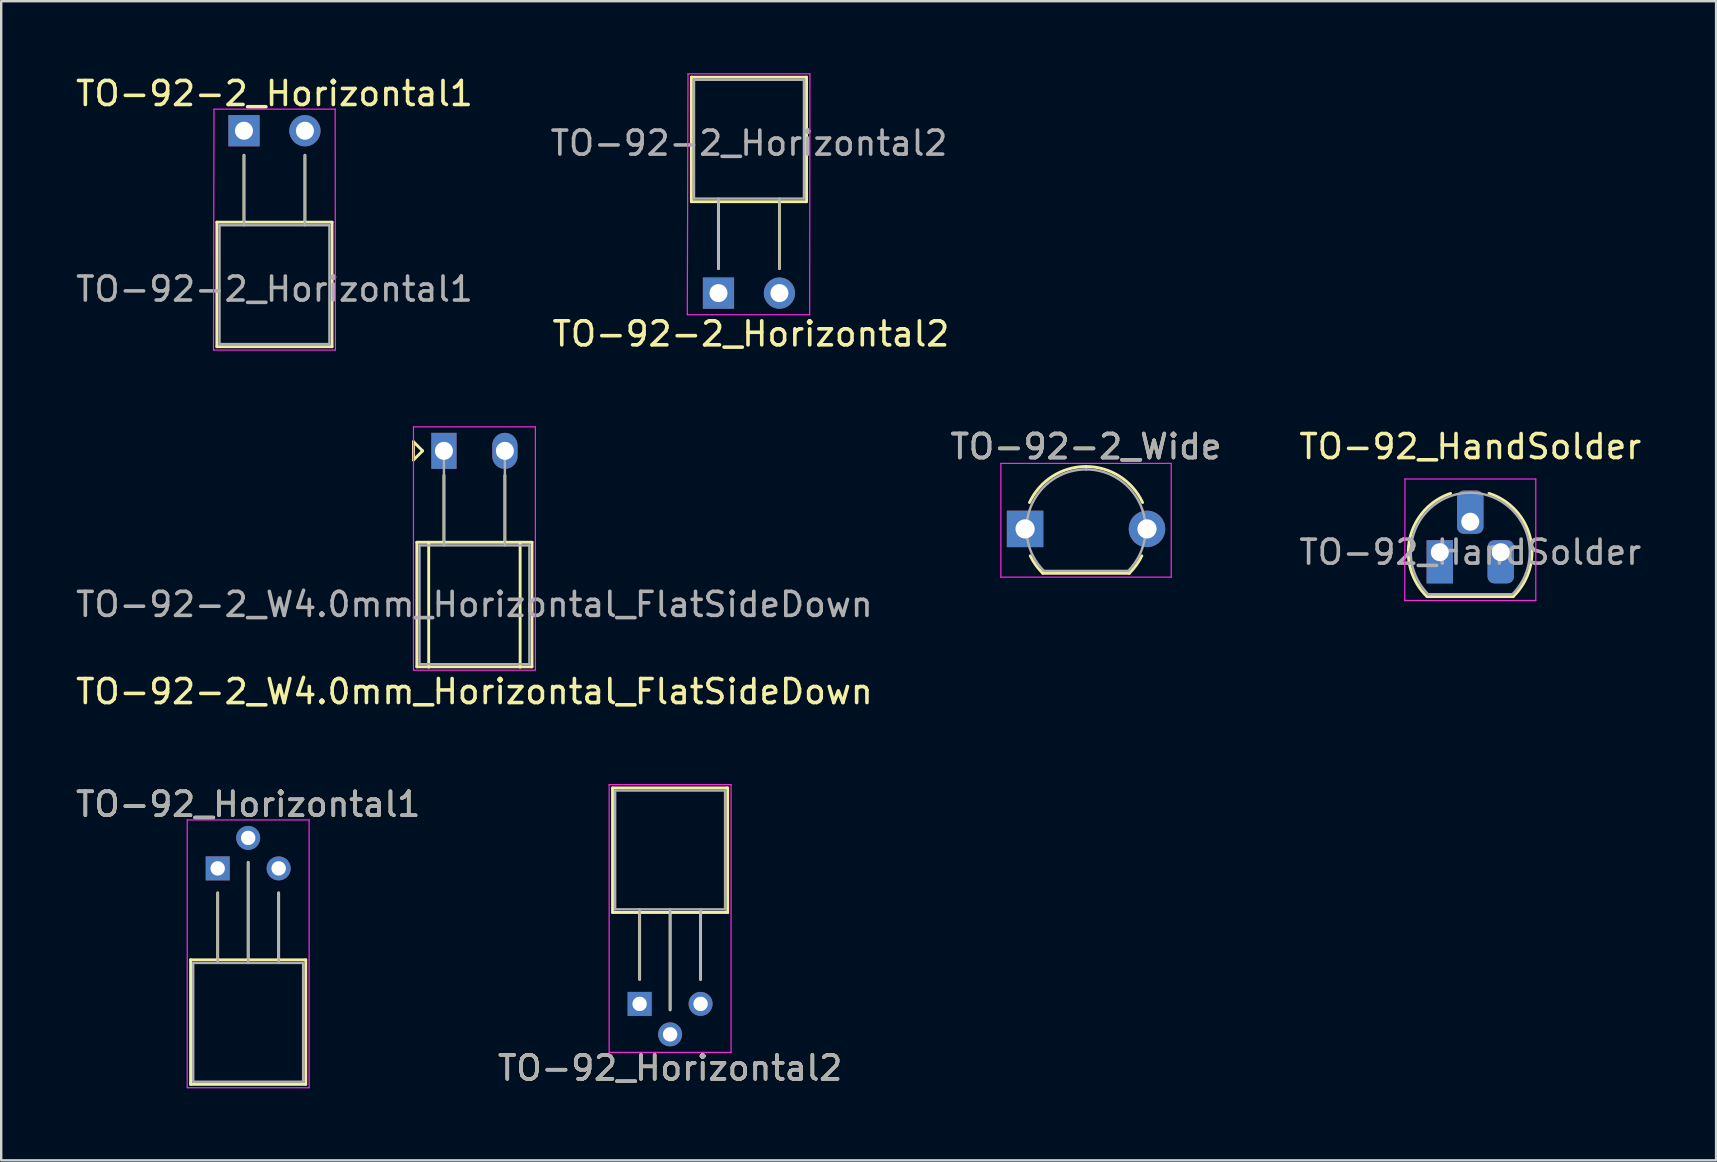
<source format=kicad_pcb>
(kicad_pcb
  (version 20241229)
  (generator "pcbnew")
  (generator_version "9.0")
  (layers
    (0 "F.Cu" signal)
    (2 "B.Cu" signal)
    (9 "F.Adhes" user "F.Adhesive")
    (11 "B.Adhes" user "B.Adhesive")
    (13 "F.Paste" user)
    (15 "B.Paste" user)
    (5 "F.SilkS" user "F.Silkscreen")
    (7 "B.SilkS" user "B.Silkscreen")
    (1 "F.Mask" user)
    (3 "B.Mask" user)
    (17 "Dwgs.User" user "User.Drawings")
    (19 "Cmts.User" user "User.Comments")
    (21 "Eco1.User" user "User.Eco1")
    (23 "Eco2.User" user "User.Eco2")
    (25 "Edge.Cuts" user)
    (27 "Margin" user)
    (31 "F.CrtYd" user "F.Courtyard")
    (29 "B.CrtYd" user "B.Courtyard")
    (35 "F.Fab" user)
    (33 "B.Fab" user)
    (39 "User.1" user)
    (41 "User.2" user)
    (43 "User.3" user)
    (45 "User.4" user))
  (footprint "TO-92-2_W4.0mm_Horizontal_FlatSideDown"
    (layer "F.Cu")
    (at 15.45 15.738)
    (property "Reference" "TO-92-2_W4.0mm_Horizontal_FlatSideDown" (at 1.27 10.033 0) (layer "F.SilkS") (effects (font (size 1 1) (thickness 0.15))))
    (attr through_hole)
    (fp_line (start -1.27 -0.381) (end -1.27 0.381) (stroke (width 0.12) (type solid)) (layer "F.SilkS"))
    (fp_line (start -1.27 0.381) (end -0.889 0) (stroke (width 0.12) (type solid)) (layer "F.SilkS"))
    (fp_line (start -1.13 3.81) (end 3.67 3.81) (stroke (width 0.12) (type solid)) (layer "F.SilkS"))
    (fp_line (start -1.13 9) (end -1.13 3.81) (stroke (width 0.12) (type solid)) (layer "F.SilkS"))
    (fp_line (start -0.889 0) (end -1.27 -0.381) (stroke (width 0.12) (type solid)) (layer "F.SilkS"))
    (fp_line (start -0.635 3.81) (end -0.635 9.017) (stroke (width 0.12) (type solid)) (layer "F.SilkS"))
    (fp_line (start 0 1.02) (end 0 3.81) (stroke (width 0.12) (type solid)) (layer "F.SilkS"))
    (fp_line (start 2.54 1.02) (end 2.54 3.81) (stroke (width 0.12) (type solid)) (layer "F.SilkS"))
    (fp_line (start 3.175 3.81) (end 3.175 9.017) (stroke (width 0.12) (type solid)) (layer "F.SilkS"))
    (fp_line (start 3.67 3.81) (end 3.67 9) (stroke (width 0.12) (type solid)) (layer "F.SilkS"))
    (fp_line (start 3.67 9) (end -1.13 9) (stroke (width 0.12) (type solid)) (layer "F.SilkS"))
    (fp_line (start -1.27 -1) (end -1.27 9.14) (stroke (width 0.05) (type solid)) (layer "F.CrtYd"))
    (fp_line (start -1.27 -1) (end 3.81 -1) (stroke (width 0.05) (type solid)) (layer "F.CrtYd"))
    (fp_line (start 3.81 9.14) (end -1.27 9.14) (stroke (width 0.05) (type solid)) (layer "F.CrtYd"))
    (fp_line (start 3.81 9.14) (end 3.81 -1) (stroke (width 0.05) (type solid)) (layer "F.CrtYd"))
    (fp_line (start -1.02 3.94) (end 3.56 3.94) (stroke (width 0.1) (type solid)) (layer "F.Fab"))
    (fp_line (start -1.02 8.89) (end -1.02 3.94) (stroke (width 0.1) (type solid)) (layer "F.Fab"))
    (fp_line (start 0 3.94) (end 0 0) (stroke (width 0.1) (type solid)) (layer "F.Fab"))
    (fp_line (start 2.54 3.94) (end 2.54 0) (stroke (width 0.1) (type solid)) (layer "F.Fab"))
    (fp_line (start 3.56 3.94) (end 3.56 8.89) (stroke (width 0.1) (type solid)) (layer "F.Fab"))
    (fp_line (start 3.56 8.89) (end -1.02 8.89) (stroke (width 0.1) (type solid)) (layer "F.Fab"))
    (fp_text user "${REFERENCE}" (at 1.27 6.4 0) (layer "F.Fab") (effects (font (size 1 1) (thickness 0.15))))
    (pad "1" thru_hole rect (at 0 0) (size 1.05 1.5) (drill 0.75) (layers "*.Cu" "*.Mask"))
    (pad "3" thru_hole oval (at 2.54 0) (size 1.05 1.5) (drill 0.75) (layers "*.Cu" "*.Mask")))
  (footprint "TO-92-2_Horizontal2"
    (layer "F.Cu")
    (at 26.891 9.165)
    (property "Reference" "TO-92-2_Horizontal2" (at 1.35 1.7 0) (layer "F.SilkS") (effects (font (size 1 1) (thickness 0.15))))
    (attr through_hole)
    (fp_line (start -1.13 -9) (end -1.13 -3.81) (stroke (width 0.12) (type solid)) (layer "F.SilkS"))
    (fp_line (start -1.13 -3.81) (end 3.67 -3.81) (stroke (width 0.12) (type solid)) (layer "F.SilkS"))
    (fp_line (start 0 -1.02) (end 0 -3.81) (stroke (width 0.12) (type solid)) (layer "F.SilkS"))
    (fp_line (start 2.54 -1.02) (end 2.54 -3.81) (stroke (width 0.12) (type solid)) (layer "F.SilkS"))
    (fp_line (start 3.67 -9) (end -1.13 -9) (stroke (width 0.12) (type solid)) (layer "F.SilkS"))
    (fp_line (start 3.67 -3.81) (end 3.67 -9) (stroke (width 0.12) (type solid)) (layer "F.SilkS"))
    (fp_line (start -1.27 -9.14) (end -1.3 0.9) (stroke (width 0.05) (type solid)) (layer "F.CrtYd"))
    (fp_line (start -1.27 -9.14) (end 3.81 -9.14) (stroke (width 0.05) (type solid)) (layer "F.CrtYd"))
    (fp_line (start 3.8 0.9) (end -1.3 0.9) (stroke (width 0.05) (type solid)) (layer "F.CrtYd"))
    (fp_line (start 3.8 0.9) (end 3.81 -9.14) (stroke (width 0.05) (type solid)) (layer "F.CrtYd"))
    (fp_line (start -1.02 -8.89) (end -1.02 -3.94) (stroke (width 0.1) (type solid)) (layer "F.Fab"))
    (fp_line (start -1.02 -3.94) (end 3.56 -3.94) (stroke (width 0.1) (type solid)) (layer "F.Fab"))
    (fp_line (start 0 -3.94) (end 0 -1.02) (stroke (width 0.1) (type solid)) (layer "F.Fab"))
    (fp_line (start 2.54 -3.94) (end 2.54 -1.02) (stroke (width 0.1) (type solid)) (layer "F.Fab"))
    (fp_line (start 3.56 -8.89) (end -1.02 -8.89) (stroke (width 0.1) (type solid)) (layer "F.Fab"))
    (fp_line (start 3.56 -3.94) (end 3.56 -8.89) (stroke (width 0.1) (type solid)) (layer "F.Fab"))
    (fp_text user "${REFERENCE}" (at 1.27 -6.25 0) (layer "F.Fab") (effects (font (size 1 1) (thickness 0.15))))
    (pad "1" thru_hole rect (at 0 0 270) (size 1.3 1.3) (drill 0.75) (layers "*.Cu" "*.Mask"))
    (pad "2" thru_hole circle (at 2.54 0 270) (size 1.3 1.3) (drill 0.75) (layers "*.Cu" "*.Mask")))
  (footprint "TO-92_Horizontal1"
    (layer "F.Cu")
    (at 6.022 33.138)
    (property "Reference" "TO-92_Horizontal1" (at 1.27 -2.67 0) (layer "F.SilkS") (effects (font (size 1 1) (thickness 0.15))))
    (attr through_hole)
    (fp_line (start -1.13 3.81) (end 3.67 3.81) (stroke (width 0.12) (type solid)) (layer "F.SilkS"))
    (fp_line (start -1.13 9) (end -1.13 3.81) (stroke (width 0.12) (type solid)) (layer "F.SilkS"))
    (fp_line (start 0 1.02) (end 0 3.81) (stroke (width 0.12) (type solid)) (layer "F.SilkS"))
    (fp_line (start 1.27 -0.25) (end 1.27 3.81) (stroke (width 0.12) (type solid)) (layer "F.SilkS"))
    (fp_line (start 2.54 1.02) (end 2.54 3.81) (stroke (width 0.12) (type solid)) (layer "F.SilkS"))
    (fp_line (start 3.67 3.81) (end 3.67 9) (stroke (width 0.12) (type solid)) (layer "F.SilkS"))
    (fp_line (start 3.67 9) (end -1.13 9) (stroke (width 0.12) (type solid)) (layer "F.SilkS"))
    (fp_line (start -1.27 -2.02) (end -1.27 9.14) (stroke (width 0.05) (type solid)) (layer "F.CrtYd"))
    (fp_line (start -1.27 -2.02) (end 3.81 -2.02) (stroke (width 0.05) (type solid)) (layer "F.CrtYd"))
    (fp_line (start 3.81 9.14) (end -1.27 9.14) (stroke (width 0.05) (type solid)) (layer "F.CrtYd"))
    (fp_line (start 3.81 9.14) (end 3.81 -2.02) (stroke (width 0.05) (type solid)) (layer "F.CrtYd"))
    (fp_line (start -1.02 3.94) (end 3.56 3.94) (stroke (width 0.1) (type solid)) (layer "F.Fab"))
    (fp_line (start -1.02 8.89) (end -1.02 3.94) (stroke (width 0.1) (type solid)) (layer "F.Fab"))
    (fp_line (start 0 3.94) (end 0 1.02) (stroke (width 0.1) (type solid)) (layer "F.Fab"))
    (fp_line (start 1.27 3.94) (end 1.27 -0.25) (stroke (width 0.1) (type solid)) (layer "F.Fab"))
    (fp_line (start 2.54 3.94) (end 2.54 1.02) (stroke (width 0.1) (type solid)) (layer "F.Fab"))
    (fp_line (start 3.56 3.94) (end 3.56 8.89) (stroke (width 0.1) (type solid)) (layer "F.Fab"))
    (fp_line (start 3.56 8.89) (end -1.02 8.89) (stroke (width 0.1) (type solid)) (layer "F.Fab"))
    (fp_text user "${REFERENCE}" (at 1.27 -2.67 0) (layer "F.Fab") (effects (font (size 1 1) (thickness 0.15))))
    (pad "1" thru_hole rect (at 0 0 90) (size 1 1) (drill 0.6) (layers "*.Cu" "*.Mask"))
    (pad "2" thru_hole circle (at 1.27 -1.27 90) (size 1 1) (drill 0.6) (layers "*.Cu" "*.Mask"))
    (pad "3" thru_hole circle (at 2.54 0 90) (size 1 1) (drill 0.6) (layers "*.Cu" "*.Mask")))
  (footprint "TO-92-2_Wide"
    (layer "F.Cu")
    (at 39.668 18.991)
    (property "Reference" "TO-92-2_Wide" (at 2.54 -3.43 180) (layer "F.SilkS") (effects (font (size 1 1) (thickness 0.15))))
    (attr through_hole)
    (fp_line (start 0.74 1.85) (end 4.34 1.85) (stroke (width 0.12) (type solid)) (layer "F.SilkS"))
    (fp_arc (start 0.1836 -1.098807) (mid 1.143021 -2.192817) (end 2.54 -2.6) (stroke (width 0.12) (type solid)) (layer "F.SilkS"))
    (fp_arc (start 0.74 1.85) (mid 0.446097 1.509328) (end 0.215816 1.122795) (stroke (width 0.12) (type solid)) (layer "F.SilkS"))
    (fp_arc (start 2.54 -2.6) (mid 3.936979 -2.192818) (end 4.8964 -1.098807) (stroke (width 0.12) (type solid)) (layer "F.SilkS"))
    (fp_arc (start 4.864184 1.122795) (mid 4.633903 1.509328) (end 4.34 1.85) (stroke (width 0.12) (type solid)) (layer "F.SilkS"))
    (fp_line (start -1.01 -2.73) (end -1.01 2.01) (stroke (width 0.05) (type solid)) (layer "F.CrtYd"))
    (fp_line (start -1.01 -2.73) (end 6.09 -2.73) (stroke (width 0.05) (type solid)) (layer "F.CrtYd"))
    (fp_line (start 6.09 2.01) (end -1.01 2.01) (stroke (width 0.05) (type solid)) (layer "F.CrtYd"))
    (fp_line (start 6.09 2.01) (end 6.09 -2.73) (stroke (width 0.05) (type solid)) (layer "F.CrtYd"))
    (fp_line (start 0.8 1.75) (end 4.3 1.75) (stroke (width 0.1) (type solid)) (layer "F.Fab"))
    (fp_arc (start 0.786375 1.753625) (mid 0.248779 -0.949055) (end 2.54 -2.48) (stroke (width 0.1) (type solid)) (layer "F.Fab"))
    (fp_arc (start 2.54 -2.48) (mid 4.831221 -0.949055) (end 4.293625 1.753625) (stroke (width 0.1) (type solid)) (layer "F.Fab"))
    (fp_text user "${REFERENCE}" (at 2.54 -3.43 180) (layer "F.Fab") (effects (font (size 1 1) (thickness 0.15))))
    (pad "1" thru_hole rect (at 0 0 90) (size 1.52 1.52) (drill 0.8) (layers "*.Cu" "*.Mask"))
    (pad "2" thru_hole circle (at 5.08 0 90) (size 1.52 1.52) (drill 0.8) (layers "*.Cu" "*.Mask")))
  (footprint "TO-92_Horizontal2"
    (layer "F.Cu")
    (at 23.605 38.785)
    (property "Reference" "TO-92_Horizontal2" (at 1.27 2.67 0) (layer "F.SilkS") (effects (font (size 1 1) (thickness 0.15))))
    (attr through_hole)
    (fp_line (start -1.13 -9) (end -1.13 -3.81) (stroke (width 0.12) (type solid)) (layer "F.SilkS"))
    (fp_line (start -1.13 -3.81) (end 3.67 -3.81) (stroke (width 0.12) (type solid)) (layer "F.SilkS"))
    (fp_line (start 0 -1.02) (end 0 -3.81) (stroke (width 0.12) (type solid)) (layer "F.SilkS"))
    (fp_line (start 1.27 0.25) (end 1.27 -3.81) (stroke (width 0.12) (type solid)) (layer "F.SilkS"))
    (fp_line (start 2.54 -1.02) (end 2.54 -3.81) (stroke (width 0.12) (type solid)) (layer "F.SilkS"))
    (fp_line (start 3.67 -9) (end -1.13 -9) (stroke (width 0.12) (type solid)) (layer "F.SilkS"))
    (fp_line (start 3.67 -3.81) (end 3.67 -9) (stroke (width 0.12) (type solid)) (layer "F.SilkS"))
    (fp_line (start -1.27 -9.14) (end -1.27 2.02) (stroke (width 0.05) (type solid)) (layer "F.CrtYd"))
    (fp_line (start -1.27 -9.14) (end 3.81 -9.14) (stroke (width 0.05) (type solid)) (layer "F.CrtYd"))
    (fp_line (start 3.81 2.02) (end -1.27 2.02) (stroke (width 0.05) (type solid)) (layer "F.CrtYd"))
    (fp_line (start 3.81 2.02) (end 3.81 -9.14) (stroke (width 0.05) (type solid)) (layer "F.CrtYd"))
    (fp_line (start -1.02 -8.89) (end -1.02 -3.94) (stroke (width 0.1) (type solid)) (layer "F.Fab"))
    (fp_line (start -1.02 -3.94) (end 3.56 -3.94) (stroke (width 0.1) (type solid)) (layer "F.Fab"))
    (fp_line (start 0 -3.94) (end 0 -1.02) (stroke (width 0.1) (type solid)) (layer "F.Fab"))
    (fp_line (start 1.27 -3.94) (end 1.27 0.25) (stroke (width 0.1) (type solid)) (layer "F.Fab"))
    (fp_line (start 2.54 -3.94) (end 2.54 -1.02) (stroke (width 0.1) (type solid)) (layer "F.Fab"))
    (fp_line (start 3.56 -8.89) (end -1.02 -8.89) (stroke (width 0.1) (type solid)) (layer "F.Fab"))
    (fp_line (start 3.56 -3.94) (end 3.56 -8.89) (stroke (width 0.1) (type solid)) (layer "F.Fab"))
    (fp_text user "${REFERENCE}" (at 1.27 2.67 0) (layer "F.Fab") (effects (font (size 1 1) (thickness 0.15))))
    (pad "1" thru_hole rect (at 0 0 270) (size 1 1) (drill 0.6) (layers "*.Cu" "*.Mask"))
    (pad "2" thru_hole circle (at 1.27 1.27 270) (size 1 1) (drill 0.6) (layers "*.Cu" "*.Mask"))
    (pad "3" thru_hole circle (at 2.54 0 270) (size 1 1) (drill 0.6) (layers "*.Cu" "*.Mask")))
  (footprint "TO-92_HandSolder"
    (layer "F.Cu")
    (at 56.95 19.962)
    (property "Reference" "TO-92_HandSolder" (at 1.27 -4.4 0) (layer "F.SilkS") (effects (font (size 1 1) (thickness 0.15))))
    (attr through_hole)
    (fp_line (start -0.53 1.85) (end 3.07 1.85) (stroke (width 0.12) (type solid)) (layer "F.SilkS"))
    (fp_arc (start -0.541875 1.841741) (mid -1.247231 -0.581764) (end 0.45 -2.45) (stroke (width 0.12) (type solid)) (layer "F.SilkS"))
    (fp_arc (start 2.05 -2.45) (mid 3.769931 -0.601036) (end 3.078445 1.827684) (stroke (width 0.12) (type solid)) (layer "F.SilkS"))
    (fp_line (start -1.46 -3.05) (end 4 -3.05) (stroke (width 0.05) (type solid)) (layer "F.CrtYd"))
    (fp_line (start -1.45 -3.05) (end -1.46 2.01) (stroke (width 0.05) (type solid)) (layer "F.CrtYd"))
    (fp_line (start 4 2.01) (end -1.46 2.01) (stroke (width 0.05) (type solid)) (layer "F.CrtYd"))
    (fp_line (start 4 2.01) (end 4 -3.05) (stroke (width 0.05) (type solid)) (layer "F.CrtYd"))
    (fp_line (start -0.5 1.75) (end 3 1.75) (stroke (width 0.1) (type solid)) (layer "F.Fab"))
    (fp_arc (start -0.483625 1.753625) (mid -1.021221 -0.949055) (end 1.27 -2.48) (stroke (width 0.1) (type solid)) (layer "F.Fab"))
    (fp_arc (start 1.27 -2.48) (mid 3.561221 -0.949055) (end 3.023625 1.753625) (stroke (width 0.1) (type solid)) (layer "F.Fab"))
    (fp_text user "${REFERENCE}" (at 1.27 0 0) (layer "F.Fab") (effects (font (size 1 1) (thickness 0.15))))
    (pad "1" thru_hole rect (at 0 0) (size 1.1 1.8) (drill 0.75 (offset 0 0.4)) (layers "*.Cu" "*.Mask"))
    (pad "2" thru_hole roundrect (at 1.27 -1.27) (size 1.1 1.8) (drill 0.75 (offset 0 -0.4)) (layers "*.Cu" "*.Mask") (roundrect_rratio 0.25))
    (pad "3" thru_hole roundrect (at 2.54 0) (size 1.1 1.8) (drill 0.75 (offset 0 0.4)) (layers "*.Cu" "*.Mask") (roundrect_rratio 0.25)))
  (footprint "TO-92-2_Horizontal1"
    (layer "F.Cu")
    (at 7.117 2.398)
    (property "Reference" "TO-92-2_Horizontal1" (at 1.27 -1.55 0) (layer "F.SilkS") (effects (font (size 1 1) (thickness 0.15))))
    (attr through_hole)
    (fp_line (start -1.13 3.81) (end 3.67 3.81) (stroke (width 0.12) (type solid)) (layer "F.SilkS"))
    (fp_line (start -1.13 9) (end -1.13 3.81) (stroke (width 0.12) (type solid)) (layer "F.SilkS"))
    (fp_line (start 0 1.02) (end 0 3.81) (stroke (width 0.12) (type solid)) (layer "F.SilkS"))
    (fp_line (start 2.54 1.02) (end 2.54 3.81) (stroke (width 0.12) (type solid)) (layer "F.SilkS"))
    (fp_line (start 3.67 3.81) (end 3.67 9) (stroke (width 0.12) (type solid)) (layer "F.SilkS"))
    (fp_line (start 3.67 9) (end -1.13 9) (stroke (width 0.12) (type solid)) (layer "F.SilkS"))
    (fp_line (start -1.25 -0.9) (end -1.27 9.14) (stroke (width 0.05) (type solid)) (layer "F.CrtYd"))
    (fp_line (start -1.25 -0.9) (end 3.8 -0.9) (stroke (width 0.05) (type solid)) (layer "F.CrtYd"))
    (fp_line (start 3.81 9.14) (end -1.27 9.14) (stroke (width 0.05) (type solid)) (layer "F.CrtYd"))
    (fp_line (start 3.81 9.14) (end 3.8 -0.9) (stroke (width 0.05) (type solid)) (layer "F.CrtYd"))
    (fp_line (start -1.02 3.94) (end 3.56 3.94) (stroke (width 0.1) (type solid)) (layer "F.Fab"))
    (fp_line (start -1.02 8.89) (end -1.02 3.94) (stroke (width 0.1) (type solid)) (layer "F.Fab"))
    (fp_line (start 0 3.94) (end 0 1.02) (stroke (width 0.1) (type solid)) (layer "F.Fab"))
    (fp_line (start 2.54 3.94) (end 2.54 1.02) (stroke (width 0.1) (type solid)) (layer "F.Fab"))
    (fp_line (start 3.56 3.94) (end 3.56 8.89) (stroke (width 0.1) (type solid)) (layer "F.Fab"))
    (fp_line (start 3.56 8.89) (end -1.02 8.89) (stroke (width 0.1) (type solid)) (layer "F.Fab"))
    (fp_text user "${REFERENCE}" (at 1.27 6.6 0) (layer "F.Fab") (effects (font (size 1 1) (thickness 0.15))))
    (pad "1" thru_hole rect (at 0 0 90) (size 1.3 1.3) (drill 0.75) (layers "*.Cu" "*.Mask"))
    (pad "2" thru_hole circle (at 2.54 0 90) (size 1.3 1.3) (drill 0.75) (layers "*.Cu" "*.Mask")))
  (gr_rect
    (start -3 -3)
    (end 68.464 45.303)
    (stroke (width 0.1) (type default))
    (fill no)
    (layer "Edge.Cuts")))
</source>
